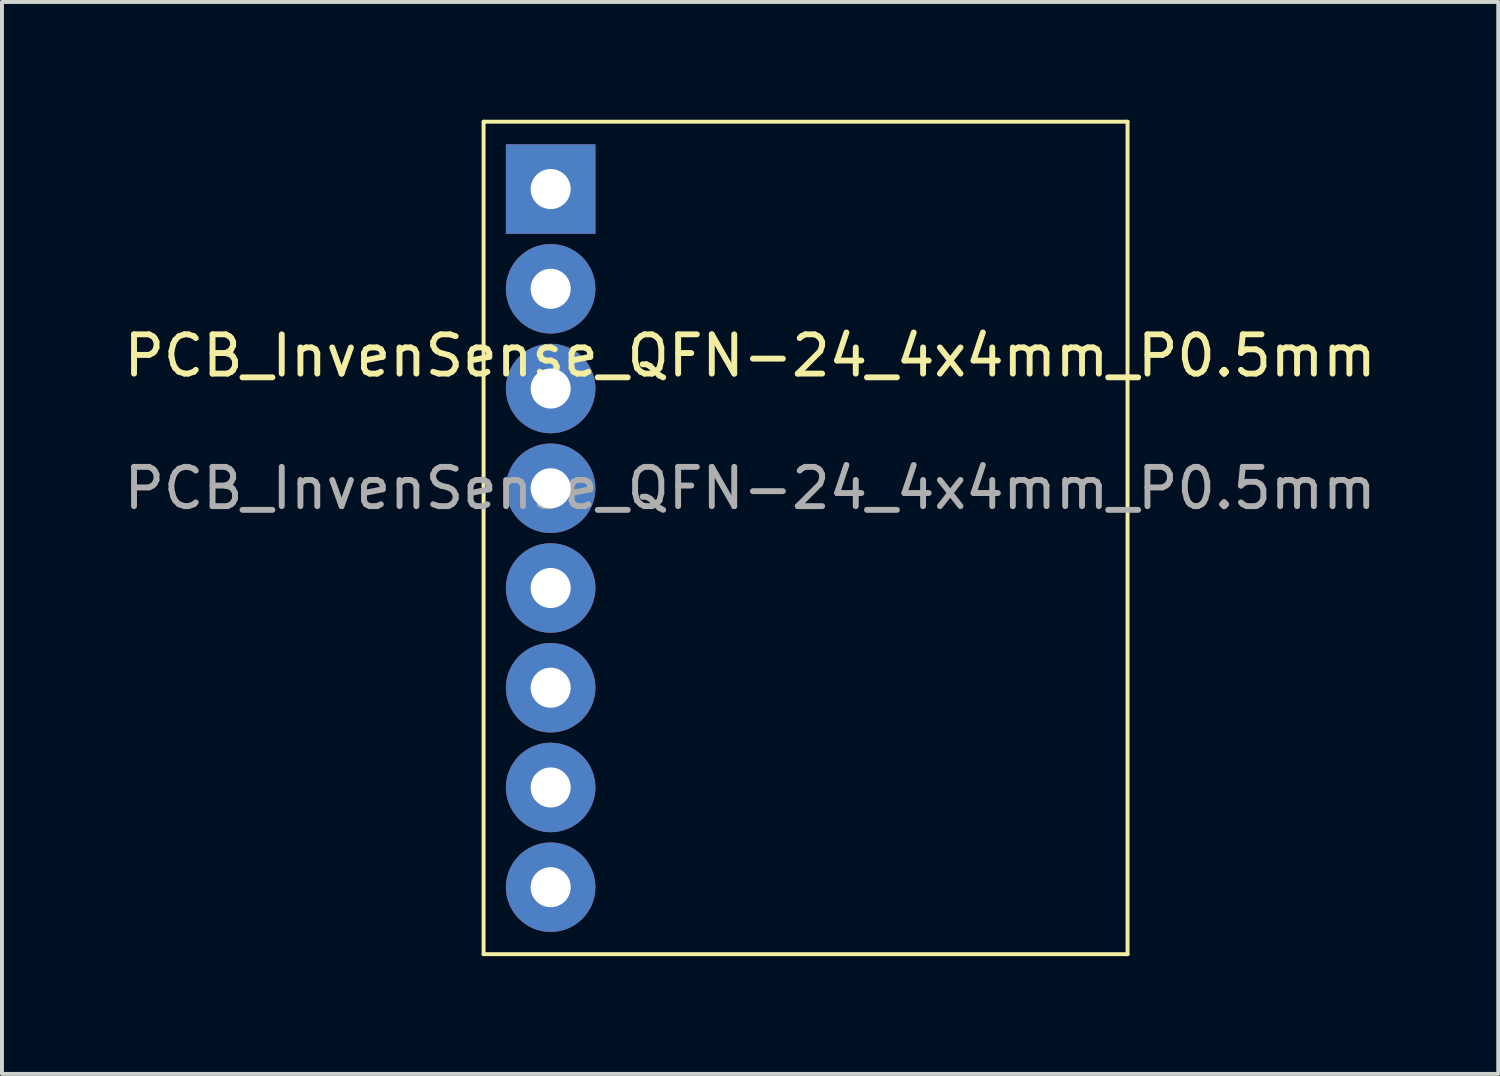
<source format=kicad_pcb>
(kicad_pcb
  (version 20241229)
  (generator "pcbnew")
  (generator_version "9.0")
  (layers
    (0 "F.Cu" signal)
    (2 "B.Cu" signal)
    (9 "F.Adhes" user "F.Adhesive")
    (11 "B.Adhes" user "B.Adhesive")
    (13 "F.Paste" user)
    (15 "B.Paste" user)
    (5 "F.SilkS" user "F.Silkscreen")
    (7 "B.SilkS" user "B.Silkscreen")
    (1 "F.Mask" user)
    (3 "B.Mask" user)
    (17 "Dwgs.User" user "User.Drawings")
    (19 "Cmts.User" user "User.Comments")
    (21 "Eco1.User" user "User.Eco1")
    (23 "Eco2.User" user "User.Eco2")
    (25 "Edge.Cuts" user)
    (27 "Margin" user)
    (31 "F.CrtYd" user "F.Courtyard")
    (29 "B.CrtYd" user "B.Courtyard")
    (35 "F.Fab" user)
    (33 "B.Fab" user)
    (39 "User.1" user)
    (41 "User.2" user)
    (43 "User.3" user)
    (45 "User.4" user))
  (footprint "PCB_InvenSense_QFN-24_4x4mm_P0.5mm"
    (layer "F.Cu")
    (at 16.054 9.385)
    (property "Reference" "PCB_InvenSense_QFN-24_4x4mm_P0.5mm" (at 0 -3.375 0) (layer "F.SilkS") (effects (font (size 1 1) (thickness 0.15))))
    (attr smd)
    (fp_line (start -6.788 -9.335) (end -6.788 11.865) (stroke (width 0.1) (type default)) (layer "F.SilkS"))
    (fp_line (start -6.788 -9.335) (end 9.612 -9.335) (stroke (width 0.1) (type default)) (layer "F.SilkS"))
    (fp_line (start -6.788 11.865) (end 9.612 11.865) (stroke (width 0.1) (type default)) (layer "F.SilkS"))
    (fp_line (start 9.612 -9.335) (end 9.612 11.865) (stroke (width 0.1) (type default)) (layer "F.SilkS"))
    (fp_text user "${REFERENCE}" (at 0 0 0) (layer "F.Fab") (effects (font (size 1 1) (thickness 0.15))))
    (pad "1" thru_hole rect (at -5.08 -7.62) (size 2.28 2.28) (drill 1.02) (layers "*.Cu" "*.Mask"))
    (pad "2" thru_hole circle (at -5.08 -5.08) (size 2.28 2.28) (drill 1.02) (layers "*.Cu" "*.Mask"))
    (pad "3" thru_hole circle (at -5.08 -2.54) (size 2.28 2.28) (drill 1.02) (layers "*.Cu" "*.Mask"))
    (pad "4" thru_hole circle (at -5.08 0) (size 2.28 2.28) (drill 1.02) (layers "*.Cu" "*.Mask"))
    (pad "5" thru_hole circle (at -5.08 2.54) (size 2.28 2.28) (drill 1.02) (layers "*.Cu" "*.Mask"))
    (pad "6" thru_hole circle (at -5.08 5.08) (size 2.28 2.28) (drill 1.02) (layers "*.Cu" "*.Mask"))
    (pad "7" thru_hole circle (at -5.08 7.62) (size 2.28 2.28) (drill 1.02) (layers "*.Cu" "*.Mask"))
    (pad "8" thru_hole circle (at -5.08 10.16) (size 2.28 2.28) (drill 1.02) (layers "*.Cu" "*.Mask")))
  (gr_rect
    (start -3 -3)
    (end 35.107 24.3)
    (stroke (width 0.1) (type default))
    (fill no)
    (layer "Edge.Cuts")))
</source>
